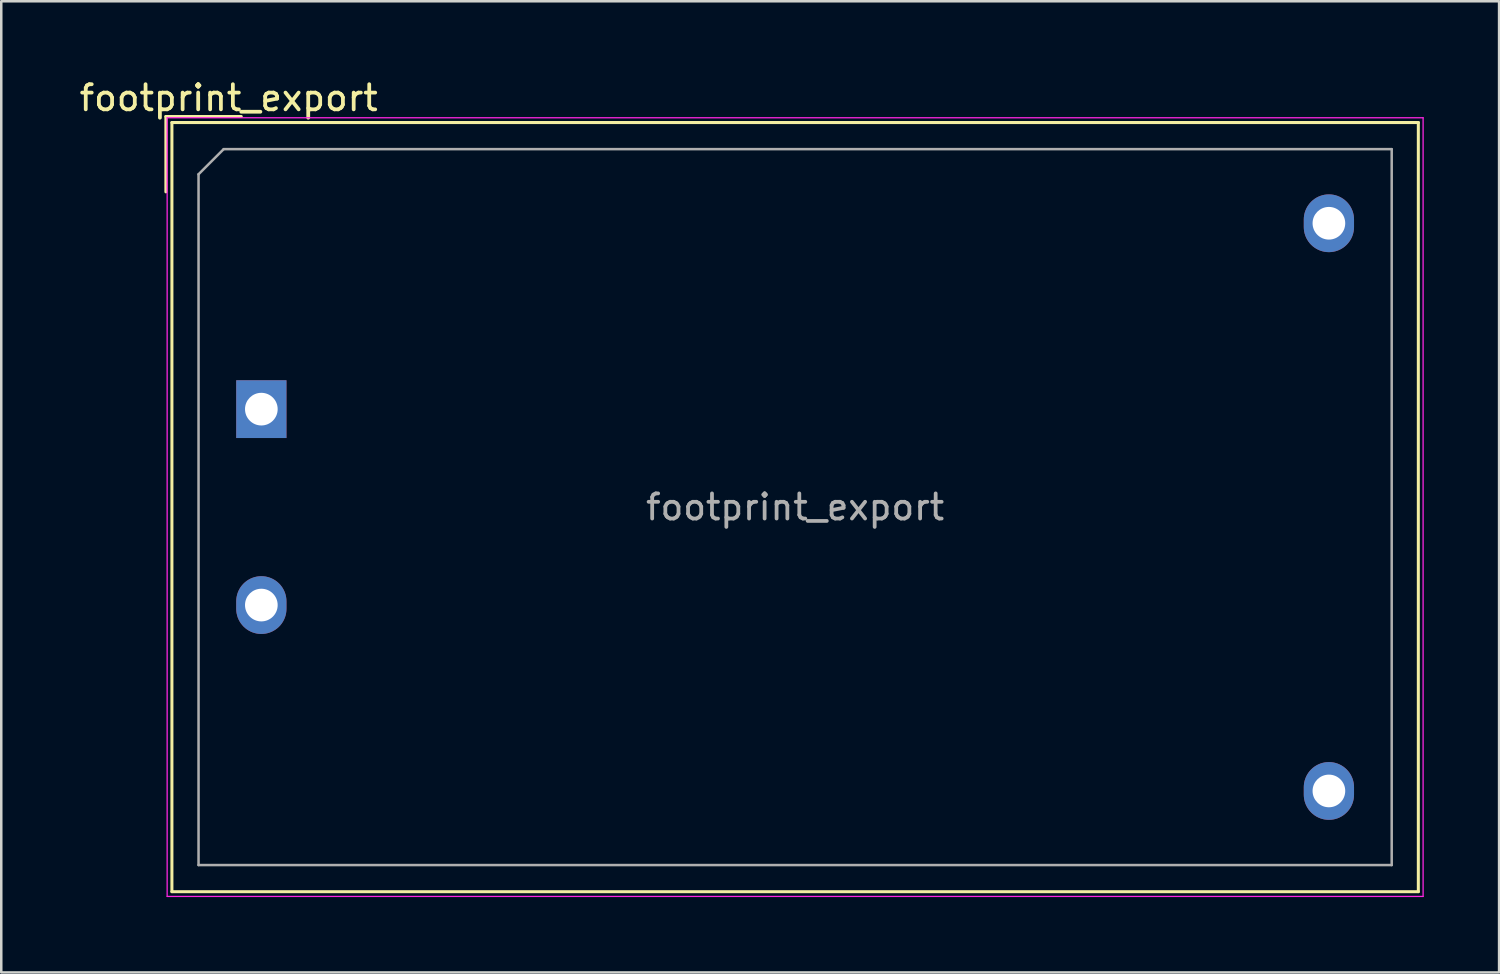
<source format=kicad_pcb>
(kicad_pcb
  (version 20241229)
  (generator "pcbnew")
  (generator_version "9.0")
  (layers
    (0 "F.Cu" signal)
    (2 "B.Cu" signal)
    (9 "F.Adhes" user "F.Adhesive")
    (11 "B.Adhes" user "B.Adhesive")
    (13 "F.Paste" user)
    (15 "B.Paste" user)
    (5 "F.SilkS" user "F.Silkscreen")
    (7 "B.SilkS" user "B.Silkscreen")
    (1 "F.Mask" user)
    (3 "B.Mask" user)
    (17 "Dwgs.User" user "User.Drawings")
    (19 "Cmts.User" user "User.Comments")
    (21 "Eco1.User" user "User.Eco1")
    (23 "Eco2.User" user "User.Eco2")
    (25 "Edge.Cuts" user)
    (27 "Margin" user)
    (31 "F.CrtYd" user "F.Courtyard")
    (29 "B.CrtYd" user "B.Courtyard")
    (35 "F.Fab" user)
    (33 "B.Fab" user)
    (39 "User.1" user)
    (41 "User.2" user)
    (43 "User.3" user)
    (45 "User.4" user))
  (footprint "footprint_export"
    (layer "F.Cu")
    (at 7.354 13.238)
    (property "Reference" "footprint_export" (at -1.3 -12.39 0) (layer "F.SilkS") (effects (font (size 1 1) (thickness 0.15))))
    (attr through_hole)
    (fp_line (start -3.8 -11.65) (end -0.8 -11.65) (stroke (width 0.12) (type solid)) (layer "F.SilkS"))
    (fp_line (start -3.8 -8.65) (end -3.8 -11.65) (stroke (width 0.12) (type solid)) (layer "F.SilkS"))
    (fp_line (start -3.56 -11.41) (end -3.56 19.21) (stroke (width 0.12) (type solid)) (layer "F.SilkS"))
    (fp_line (start -3.56 -11.41) (end 46.06 -11.41) (stroke (width 0.12) (type solid)) (layer "F.SilkS"))
    (fp_line (start -3.56 19.21) (end 46.06 19.21) (stroke (width 0.12) (type solid)) (layer "F.SilkS"))
    (fp_line (start 46.06 -11.41) (end 46.06 19.21) (stroke (width 0.12) (type solid)) (layer "F.SilkS"))
    (fp_line (start -3.75 -11.6) (end -3.75 19.4) (stroke (width 0.05) (type solid)) (layer "F.CrtYd"))
    (fp_line (start -3.75 -11.6) (end 46.25 -11.6) (stroke (width 0.05) (type solid)) (layer "F.CrtYd"))
    (fp_line (start -3.75 19.4) (end 46.25 19.4) (stroke (width 0.05) (type solid)) (layer "F.CrtYd"))
    (fp_line (start 46.25 -11.6) (end 46.25 19.4) (stroke (width 0.05) (type solid)) (layer "F.CrtYd"))
    (fp_line (start -2.5 -9.35) (end -1.5 -10.35) (stroke (width 0.1) (type solid)) (layer "F.Fab"))
    (fp_line (start -2.5 18.15) (end -2.5 -9.35) (stroke (width 0.1) (type solid)) (layer "F.Fab"))
    (fp_line (start -1.5 -10.35) (end 45 -10.35) (stroke (width 0.1) (type solid)) (layer "F.Fab"))
    (fp_line (start 45 -10.35) (end 45 18.15) (stroke (width 0.1) (type solid)) (layer "F.Fab"))
    (fp_line (start 45 18.15) (end -2.5 18.15) (stroke (width 0.1) (type solid)) (layer "F.Fab"))
    (fp_text user "${REFERENCE}" (at 21.25 3.9 0) (layer "F.Fab") (effects (font (size 1 1) (thickness 0.15))))
    (pad "1" thru_hole rect (at 0 0) (size 2 2.3) (drill 1.3) (layers "*.Cu" "*.Mask"))
    (pad "2" thru_hole oval (at 0 7.8) (size 2 2.3) (drill 1.3) (layers "*.Cu" "*.Mask"))
    (pad "3" thru_hole oval (at 42.5 -7.4) (size 2 2.3) (drill 1.3) (layers "*.Cu" "*.Mask"))
    (pad "4" thru_hole oval (at 42.5 15.2) (size 2 2.3) (drill 1.3) (layers "*.Cu" "*.Mask")))
  (gr_rect
    (start -3 -3)
    (end 56.629 35.663)
    (stroke (width 0.1) (type default))
    (fill no)
    (layer "Edge.Cuts")))
</source>
